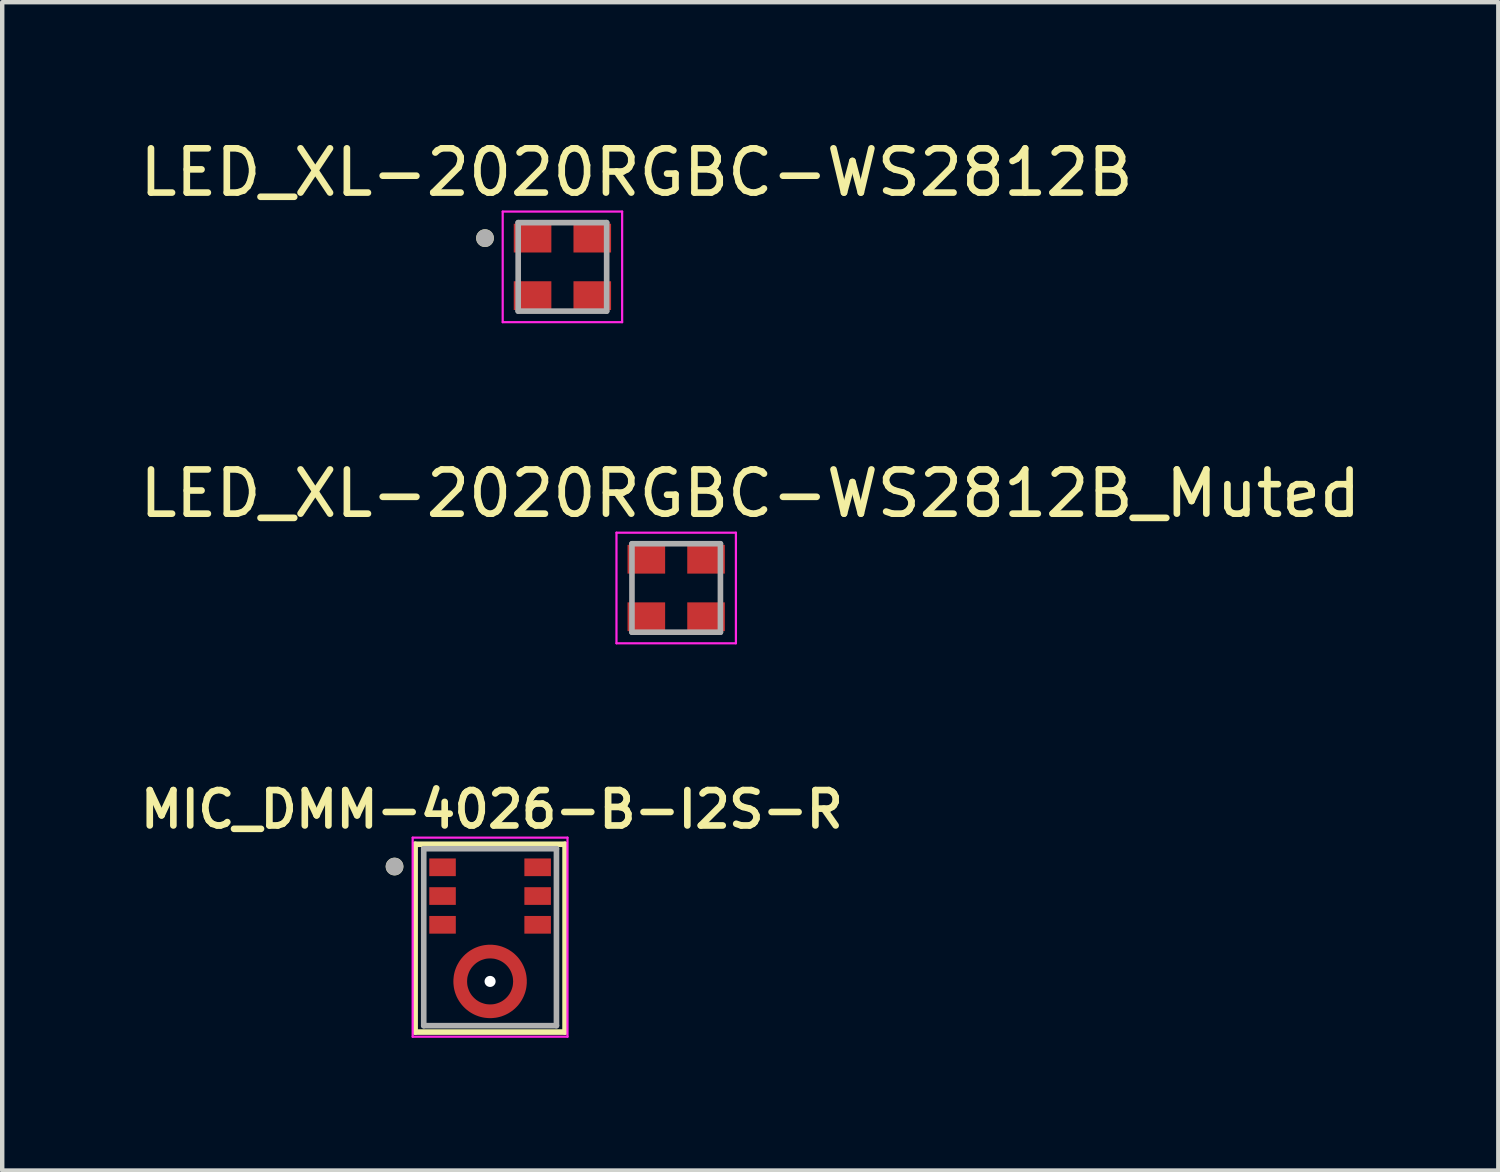
<source format=kicad_pcb>
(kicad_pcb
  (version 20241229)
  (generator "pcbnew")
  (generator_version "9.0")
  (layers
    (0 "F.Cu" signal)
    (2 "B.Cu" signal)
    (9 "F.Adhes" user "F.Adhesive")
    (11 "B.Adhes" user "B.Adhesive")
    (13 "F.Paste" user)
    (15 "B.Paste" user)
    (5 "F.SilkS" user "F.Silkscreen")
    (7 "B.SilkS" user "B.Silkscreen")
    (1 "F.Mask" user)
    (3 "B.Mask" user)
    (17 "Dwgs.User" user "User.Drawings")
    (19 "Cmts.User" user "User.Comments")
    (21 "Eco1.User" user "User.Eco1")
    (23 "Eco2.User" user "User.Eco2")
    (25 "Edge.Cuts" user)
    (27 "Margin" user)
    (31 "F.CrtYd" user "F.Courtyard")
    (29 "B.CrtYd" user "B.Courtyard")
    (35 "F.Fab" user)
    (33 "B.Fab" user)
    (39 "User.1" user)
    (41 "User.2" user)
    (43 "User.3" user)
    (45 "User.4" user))
  (footprint "MIC_DMM-4026-B-I2S-R"
    (layer "F.Cu")
    (at 8.029 18.136)
    (property "Reference" "MIC_DMM-4026-B-I2S-R" (at 0.04 -2.888 0) (layer "F.SilkS") (effects (font (size 0.8 0.8) (thickness 0.15))))
    (attr smd)
    (fp_poly (pts (xy -0.425 1) (xy -0.424 0.978) (xy -0.423 0.956) (xy -0.42 0.934) (xy -0.416 0.912) (xy -0.411 0.89) (xy -0.404 0.869) (xy -0.397 0.848) (xy -0.388 0.827) (xy -0.379 0.807) (xy -0.368 0.787) (xy -0.356 0.769) (xy -0.344 0.75) (xy -0.33 0.733) (xy -0.316 0.716) (xy -0.301 0.699) (xy -0.284 0.684) (xy -0.267 0.67) (xy -0.25 0.656) (xy -0.231 0.644) (xy -0.212 0.632) (xy -0.193 0.621) (xy -0.173 0.612) (xy -0.152 0.603) (xy -0.131 0.596) (xy -0.11 0.589) (xy -0.088 0.584) (xy -0.066 0.58) (xy -0.044 0.577) (xy -0.022 0.576) (xy 0 0.575) (xy 0.025 0.576) (xy 0.047 0.577) (xy 0.069 0.58) (xy 0.09 0.584) (xy 0.112 0.589) (xy 0.133 0.596) (xy 0.154 0.603) (xy 0.174 0.612) (xy 0.194 0.621) (xy 0.214 0.632) (xy 0.233 0.643) (xy 0.251 0.656) (xy 0.268 0.669) (xy 0.285 0.684) (xy 0.301 0.699) (xy 0.316 0.715) (xy 0.331 0.732) (xy 0.344 0.749) (xy 0.357 0.767) (xy 0.368 0.786) (xy 0.379 0.806) (xy 0.388 0.826) (xy 0.397 0.846) (xy 0.404 0.867) (xy 0.411 0.888) (xy 0.416 0.91) (xy 0.42 0.931) (xy 0.423 0.953) (xy 0.424 0.975) (xy 0.425 0.995) (xy 0.925 0.995) (xy 0.924 0.949) (xy 0.92 0.901) (xy 0.914 0.853) (xy 0.905 0.806) (xy 0.894 0.759) (xy 0.88 0.712) (xy 0.864 0.667) (xy 0.845 0.622) (xy 0.824 0.579) (xy 0.801 0.536) (xy 0.776 0.495) (xy 0.749 0.455) (xy 0.719 0.417) (xy 0.688 0.38) (xy 0.655 0.345) (xy 0.62 0.312) (xy 0.583 0.281) (xy 0.545 0.251) (xy 0.505 0.224) (xy 0.464 0.199) (xy 0.421 0.176) (xy 0.378 0.155) (xy 0.333 0.136) (xy 0.288 0.12) (xy 0.241 0.106) (xy 0.194 0.095) (xy 0.147 0.086) (xy 0.099 0.08) (xy 0.051 0.076) (xy 0 0.075) (xy -0.048 0.076) (xy -0.097 0.08) (xy -0.145 0.086) (xy -0.192 0.095) (xy -0.239 0.107) (xy -0.286 0.12) (xy -0.331 0.136) (xy -0.376 0.155) (xy -0.42 0.176) (xy -0.462 0.199) (xy -0.504 0.224) (xy -0.544 0.252) (xy -0.582 0.281) (xy -0.619 0.313) (xy -0.654 0.346) (xy -0.687 0.381) (xy -0.719 0.418) (xy -0.748 0.456) (xy -0.776 0.496) (xy -0.801 0.537) (xy -0.824 0.58) (xy -0.845 0.624) (xy -0.864 0.669) (xy -0.88 0.714) (xy -0.893 0.761) (xy -0.905 0.808) (xy -0.914 0.855) (xy -0.92 0.903) (xy -0.924 0.952) (xy -0.925 1) (xy -0.924 1.048) (xy -0.92 1.097) (xy -0.914 1.145) (xy -0.905 1.192) (xy -0.893 1.239) (xy -0.88 1.286) (xy -0.864 1.331) (xy -0.845 1.376) (xy -0.824 1.42) (xy -0.801 1.462) (xy -0.776 1.504) (xy -0.748 1.544) (xy -0.719 1.582) (xy -0.687 1.619) (xy -0.654 1.654) (xy -0.619 1.687) (xy -0.582 1.719) (xy -0.544 1.748) (xy -0.504 1.776) (xy -0.462 1.801) (xy -0.42 1.824) (xy -0.376 1.845) (xy -0.331 1.864) (xy -0.286 1.88) (xy -0.239 1.893) (xy -0.192 1.905) (xy -0.145 1.914) (xy -0.097 1.92) (xy -0.048 1.924) (xy 0 1.925) (xy 0.051 1.924) (xy 0.099 1.92) (xy 0.147 1.914) (xy 0.194 1.905) (xy 0.241 1.894) (xy 0.288 1.88) (xy 0.333 1.864) (xy 0.378 1.845) (xy 0.421 1.824) (xy 0.464 1.801) (xy 0.505 1.776) (xy 0.545 1.749) (xy 0.583 1.719) (xy 0.62 1.688) (xy 0.655 1.655) (xy 0.688 1.62) (xy 0.719 1.583) (xy 0.749 1.545) (xy 0.776 1.505) (xy 0.801 1.464) (xy 0.824 1.421) (xy 0.845 1.378) (xy 0.864 1.333) (xy 0.88 1.288) (xy 0.894 1.241) (xy 0.905 1.194) (xy 0.914 1.147) (xy 0.92 1.099) (xy 0.924 1.051) (xy 0.925 1.005) (xy 0.425 1.005) (xy 0.424 1.025) (xy 0.423 1.047) (xy 0.42 1.069) (xy 0.416 1.09) (xy 0.411 1.112) (xy 0.404 1.133) (xy 0.397 1.154) (xy 0.388 1.174) (xy 0.379 1.194) (xy 0.368 1.214) (xy 0.357 1.233) (xy 0.344 1.251) (xy 0.331 1.268) (xy 0.316 1.285) (xy 0.301 1.301) (xy 0.285 1.316) (xy 0.268 1.331) (xy 0.251 1.344) (xy 0.233 1.357) (xy 0.214 1.368) (xy 0.194 1.379) (xy 0.174 1.388) (xy 0.154 1.397) (xy 0.133 1.404) (xy 0.112 1.411) (xy 0.09 1.416) (xy 0.069 1.42) (xy 0.047 1.423) (xy 0.025 1.424) (xy 0 1.425) (xy -0.022 1.424) (xy -0.044 1.423) (xy -0.066 1.42) (xy -0.088 1.416) (xy -0.11 1.411) (xy -0.131 1.404) (xy -0.152 1.397) (xy -0.173 1.388) (xy -0.193 1.379) (xy -0.212 1.368) (xy -0.231 1.356) (xy -0.25 1.344) (xy -0.267 1.33) (xy -0.284 1.316) (xy -0.301 1.301) (xy -0.316 1.284) (xy -0.33 1.267) (xy -0.344 1.25) (xy -0.356 1.231) (xy -0.368 1.212) (xy -0.379 1.193) (xy -0.388 1.173) (xy -0.397 1.152) (xy -0.404 1.131) (xy -0.411 1.11) (xy -0.416 1.088) (xy -0.42 1.066) (xy -0.423 1.044) (xy -0.424 1.022) (xy -0.425 1)) (stroke (width 0.01) (type solid)) (fill yes) (layer "F.Mask"))
    (fp_line (start -1.695 -2.1) (end 1.695 -2.1) (stroke (width 0.127) (type solid)) (layer "F.SilkS"))
    (fp_line (start -1.695 2.145) (end -1.695 -2.1) (stroke (width 0.127) (type solid)) (layer "F.SilkS"))
    (fp_line (start 1.695 -2.1) (end 1.695 2.145) (stroke (width 0.127) (type solid)) (layer "F.SilkS"))
    (fp_line (start 1.695 2.145) (end -1.695 2.145) (stroke (width 0.127) (type solid)) (layer "F.SilkS"))
    (fp_circle (center -2.16 -1.597) (end -2.06 -1.597) (stroke (width 0.2) (type solid)) (fill no) (layer "F.SilkS"))
    (fp_poly (pts (xy -0.525 1) (xy -0.524 0.973) (xy -0.522 0.945) (xy -0.519 0.918) (xy -0.514 0.891) (xy -0.507 0.864) (xy -0.499 0.838) (xy -0.49 0.812) (xy -0.48 0.786) (xy -0.468 0.762) (xy -0.455 0.738) (xy -0.44 0.714) (xy -0.425 0.691) (xy -0.408 0.67) (xy -0.39 0.649) (xy -0.371 0.629) (xy -0.351 0.61) (xy -0.33 0.592) (xy -0.309 0.575) (xy -0.286 0.56) (xy -0.262 0.545) (xy -0.238 0.532) (xy -0.214 0.52) (xy -0.188 0.51) (xy -0.162 0.501) (xy -0.136 0.493) (xy -0.109 0.486) (xy -0.082 0.481) (xy -0.055 0.478) (xy -0.027 0.476) (xy 0 0.475) (xy 0.03 0.476) (xy 0.057 0.478) (xy 0.084 0.481) (xy 0.111 0.486) (xy 0.138 0.493) (xy 0.164 0.501) (xy 0.19 0.51) (xy 0.215 0.52) (xy 0.24 0.532) (xy 0.264 0.545) (xy 0.287 0.559) (xy 0.31 0.575) (xy 0.331 0.591) (xy 0.352 0.609) (xy 0.372 0.628) (xy 0.391 0.648) (xy 0.409 0.669) (xy 0.425 0.69) (xy 0.441 0.713) (xy 0.455 0.736) (xy 0.468 0.76) (xy 0.48 0.785) (xy 0.49 0.81) (xy 0.499 0.836) (xy 0.507 0.862) (xy 0.514 0.889) (xy 0.519 0.916) (xy 0.522 0.943) (xy 0.524 0.97) (xy 0.525 0.995) (xy 0.825 0.995) (xy 0.824 0.954) (xy 0.82 0.912) (xy 0.815 0.869) (xy 0.807 0.826) (xy 0.797 0.785) (xy 0.785 0.743) (xy 0.77 0.703) (xy 0.754 0.663) (xy 0.735 0.624) (xy 0.715 0.586) (xy 0.692 0.55) (xy 0.668 0.514) (xy 0.642 0.48) (xy 0.614 0.447) (xy 0.584 0.416) (xy 0.553 0.386) (xy 0.52 0.358) (xy 0.486 0.332) (xy 0.45 0.308) (xy 0.414 0.285) (xy 0.376 0.265) (xy 0.337 0.246) (xy 0.297 0.23) (xy 0.257 0.215) (xy 0.215 0.203) (xy 0.174 0.193) (xy 0.131 0.185) (xy 0.088 0.18) (xy 0.046 0.176) (xy 0 0.175) (xy -0.043 0.176) (xy -0.086 0.18) (xy -0.129 0.185) (xy -0.172 0.193) (xy -0.214 0.203) (xy -0.255 0.215) (xy -0.296 0.23) (xy -0.336 0.246) (xy -0.375 0.265) (xy -0.412 0.286) (xy -0.449 0.308) (xy -0.485 0.333) (xy -0.519 0.359) (xy -0.552 0.387) (xy -0.583 0.417) (xy -0.613 0.448) (xy -0.641 0.481) (xy -0.667 0.515) (xy -0.692 0.551) (xy -0.714 0.588) (xy -0.735 0.625) (xy -0.754 0.664) (xy -0.77 0.704) (xy -0.785 0.745) (xy -0.797 0.786) (xy -0.807 0.828) (xy -0.815 0.871) (xy -0.82 0.914) (xy -0.824 0.957) (xy -0.825 1) (xy -0.824 1.043) (xy -0.82 1.086) (xy -0.815 1.129) (xy -0.807 1.172) (xy -0.797 1.214) (xy -0.785 1.255) (xy -0.77 1.296) (xy -0.754 1.336) (xy -0.735 1.375) (xy -0.714 1.413) (xy -0.692 1.449) (xy -0.667 1.485) (xy -0.641 1.519) (xy -0.613 1.552) (xy -0.583 1.583) (xy -0.552 1.613) (xy -0.519 1.641) (xy -0.485 1.667) (xy -0.449 1.692) (xy -0.413 1.714) (xy -0.375 1.735) (xy -0.336 1.754) (xy -0.296 1.77) (xy -0.255 1.785) (xy -0.214 1.797) (xy -0.172 1.807) (xy -0.129 1.815) (xy -0.086 1.82) (xy -0.043 1.824) (xy 0 1.825) (xy 0.046 1.824) (xy 0.088 1.82) (xy 0.131 1.815) (xy 0.174 1.807) (xy 0.215 1.797) (xy 0.257 1.785) (xy 0.297 1.77) (xy 0.337 1.754) (xy 0.376 1.735) (xy 0.414 1.715) (xy 0.45 1.692) (xy 0.486 1.668) (xy 0.52 1.642) (xy 0.553 1.614) (xy 0.584 1.584) (xy 0.614 1.553) (xy 0.642 1.52) (xy 0.668 1.486) (xy 0.692 1.45) (xy 0.715 1.414) (xy 0.735 1.376) (xy 0.754 1.337) (xy 0.77 1.297) (xy 0.785 1.257) (xy 0.797 1.215) (xy 0.807 1.174) (xy 0.815 1.131) (xy 0.82 1.088) (xy 0.824 1.046) (xy 0.825 1.005) (xy 0.525 1.005) (xy 0.524 1.03) (xy 0.522 1.057) (xy 0.519 1.084) (xy 0.514 1.111) (xy 0.507 1.138) (xy 0.499 1.164) (xy 0.49 1.19) (xy 0.48 1.215) (xy 0.468 1.24) (xy 0.455 1.264) (xy 0.441 1.287) (xy 0.425 1.31) (xy 0.409 1.331) (xy 0.391 1.352) (xy 0.372 1.372) (xy 0.352 1.391) (xy 0.331 1.409) (xy 0.31 1.425) (xy 0.287 1.441) (xy 0.264 1.455) (xy 0.24 1.468) (xy 0.215 1.48) (xy 0.19 1.49) (xy 0.164 1.499) (xy 0.138 1.507) (xy 0.111 1.514) (xy 0.084 1.519) (xy 0.057 1.522) (xy 0.03 1.524) (xy 0 1.525) (xy -0.027 1.524) (xy -0.055 1.522) (xy -0.082 1.519) (xy -0.109 1.514) (xy -0.136 1.507) (xy -0.162 1.499) (xy -0.188 1.49) (xy -0.214 1.48) (xy -0.238 1.468) (xy -0.263 1.455) (xy -0.286 1.44) (xy -0.309 1.425) (xy -0.33 1.408) (xy -0.351 1.39) (xy -0.371 1.371) (xy -0.39 1.351) (xy -0.408 1.33) (xy -0.425 1.309) (xy -0.44 1.286) (xy -0.455 1.263) (xy -0.468 1.238) (xy -0.48 1.214) (xy -0.49 1.188) (xy -0.499 1.162) (xy -0.507 1.136) (xy -0.514 1.109) (xy -0.519 1.082) (xy -0.522 1.055) (xy -0.524 1.027) (xy -0.525 1)) (stroke (width 0.01) (type solid)) (fill yes) (layer "F.Paste"))
    (fp_line (start -1.75 -2.25) (end 1.75 -2.25) (stroke (width 0.05) (type solid)) (layer "F.CrtYd"))
    (fp_line (start -1.75 2.25) (end -1.75 -2.25) (stroke (width 0.05) (type solid)) (layer "F.CrtYd"))
    (fp_line (start 1.75 -2.25) (end 1.75 2.25) (stroke (width 0.05) (type solid)) (layer "F.CrtYd"))
    (fp_line (start 1.75 2.25) (end -1.75 2.25) (stroke (width 0.05) (type solid)) (layer "F.CrtYd"))
    (fp_line (start -1.5 -2) (end 1.5 -2) (stroke (width 0.127) (type solid)) (layer "F.Fab"))
    (fp_line (start -1.5 2) (end -1.5 -2) (stroke (width 0.127) (type solid)) (layer "F.Fab"))
    (fp_line (start 1.5 -2) (end 1.5 2) (stroke (width 0.127) (type solid)) (layer "F.Fab"))
    (fp_line (start 1.5 2) (end -1.5 2) (stroke (width 0.127) (type solid)) (layer "F.Fab"))
    (fp_circle (center -2.16 -1.597) (end -2.06 -1.597) (stroke (width 0.2) (type solid)) (fill no) (layer "F.Fab"))
    (pad "" np_thru_hole circle (at 0 1) (size 0.25 0.25) (drill 0.25) (layers "*.Cu" "*.Mask"))
    (pad "1" smd rect (at -1.075 -1.58) (size 0.6 0.4) (layers "F.Cu" "F.Mask" "F.Paste"))
    (pad "2" smd rect (at -1.075 -0.93) (size 0.6 0.4) (layers "F.Cu" "F.Mask" "F.Paste"))
    (pad "3" smd rect (at -1.075 -0.28) (size 0.6 0.4) (layers "F.Cu" "F.Mask" "F.Paste"))
    (pad "4" smd custom (at 0.01 1.66) (size 0.1 0.1) (layers "F.Cu") (options (anchor rect)) (primitives (gr_poly (pts (xy -0.535 -0.66) (xy -0.534 -0.687) (xy -0.532 -0.715) (xy -0.529 -0.742) (xy -0.524 -0.769) (xy -0.517 -0.796) (xy -0.509 -0.822) (xy -0.5 -0.848) (xy -0.49 -0.874) (xy -0.478 -0.898) (xy -0.465 -0.922) (xy -0.45 -0.946) (xy -0.435 -0.969) (xy -0.418 -0.99) (xy -0.4 -1.011) (xy -0.381 -1.031) (xy -0.361 -1.05) (xy -0.34 -1.068) (xy -0.319 -1.085) (xy -0.296 -1.1) (xy -0.272 -1.115) (xy -0.248 -1.128) (xy -0.224 -1.14) (xy -0.198 -1.15) (xy -0.172 -1.159) (xy -0.146 -1.167) (xy -0.119 -1.174) (xy -0.092 -1.179) (xy -0.065 -1.182) (xy -0.037 -1.184) (xy -0.01 -1.185) (xy 0.02 -1.184) (xy 0.047 -1.182) (xy 0.074 -1.179) (xy 0.101 -1.174) (xy 0.128 -1.167) (xy 0.154 -1.159) (xy 0.18 -1.15) (xy 0.205 -1.14) (xy 0.23 -1.128) (xy 0.254 -1.115) (xy 0.277 -1.101) (xy 0.3 -1.085) (xy 0.321 -1.069) (xy 0.342 -1.051) (xy 0.362 -1.032) (xy 0.381 -1.012) (xy 0.399 -0.991) (xy 0.415 -0.97) (xy 0.431 -0.947) (xy 0.445 -0.924) (xy 0.458 -0.9) (xy 0.47 -0.875) (xy 0.48 -0.85) (xy 0.489 -0.824) (xy 0.497 -0.798) (xy 0.504 -0.771) (xy 0.509 -0.744) (xy 0.512 -0.717) (xy 0.514 -0.69) (xy 0.515 -0.665) (xy 0.815 -0.665) (xy 0.814 -0.706) (xy 0.81 -0.748) (xy 0.805 -0.791) (xy 0.797 -0.834) (xy 0.787 -0.875) (xy 0.775 -0.917) (xy 0.76 -0.957) (xy 0.744 -0.997) (xy 0.725 -1.036) (xy 0.705 -1.074) (xy 0.682 -1.11) (xy 0.658 -1.146) (xy 0.632 -1.18) (xy 0.604 -1.213) (xy 0.574 -1.244) (xy 0.543 -1.274) (xy 0.51 -1.302) (xy 0.476 -1.328) (xy 0.44 -1.352) (xy 0.404 -1.375) (xy 0.366 -1.395) (xy 0.327 -1.414) (xy 0.287 -1.43) (xy 0.247 -1.445) (xy 0.205 -1.457) (xy 0.164 -1.467) (xy 0.121 -1.475) (xy 0.078 -1.48) (xy 0.036 -1.484) (xy -0.01 -1.485) (xy -0.053 -1.484) (xy -0.096 -1.48) (xy -0.139 -1.475) (xy -0.182 -1.467) (xy -0.224 -1.457) (xy -0.265 -1.445) (xy -0.306 -1.43) (xy -0.346 -1.414) (xy -0.385 -1.395) (xy -0.422 -1.374) (xy -0.459 -1.352) (xy -0.495 -1.327) (xy -0.529 -1.301) (xy -0.562 -1.273) (xy -0.593 -1.243) (xy -0.623 -1.212) (xy -0.651 -1.179) (xy -0.677 -1.145) (xy -0.702 -1.109) (xy -0.724 -1.072) (xy -0.745 -1.035) (xy -0.764 -0.996) (xy -0.78 -0.956) (xy -0.795 -0.915) (xy -0.807 -0.874) (xy -0.817 -0.832) (xy -0.825 -0.789) (xy -0.83 -0.746) (xy -0.834 -0.703) (xy -0.835 -0.66) (xy -0.834 -0.617) (xy -0.83 -0.574) (xy -0.825 -0.531) (xy -0.817 -0.488) (xy -0.807 -0.446) (xy -0.795 -0.405) (xy -0.78 -0.364) (xy -0.764 -0.324) (xy -0.745 -0.285) (xy -0.724 -0.247) (xy -0.702 -0.211) (xy -0.677 -0.175) (xy -0.651 -0.141) (xy -0.623 -0.108) (xy -0.593 -0.077) (xy -0.562 -0.047) (xy -0.529 -0.019) (xy -0.495 0.007) (xy -0.459 0.032) (xy -0.423 0.054) (xy -0.385 0.075) (xy -0.346 0.094) (xy -0.306 0.11) (xy -0.265 0.125) (xy -0.224 0.137) (xy -0.182 0.147) (xy -0.139 0.155) (xy -0.096 0.16) (xy -0.053 0.164) (xy -0.01 0.165) (xy 0.036 0.164) (xy 0.078 0.16) (xy 0.121 0.155) (xy 0.164 0.147) (xy 0.205 0.137) (xy 0.247 0.125) (xy 0.287 0.11) (xy 0.327 0.094) (xy 0.366 0.075) (xy 0.404 0.055) (xy 0.44 0.032) (xy 0.476 0.008) (xy 0.51 -0.018) (xy 0.543 -0.046) (xy 0.574 -0.076) (xy 0.604 -0.107) (xy 0.632 -0.14) (xy 0.658 -0.174) (xy 0.682 -0.21) (xy 0.705 -0.246) (xy 0.725 -0.284) (xy 0.744 -0.323) (xy 0.76 -0.363) (xy 0.775 -0.403) (xy 0.787 -0.445) (xy 0.797 -0.486) (xy 0.805 -0.529) (xy 0.81 -0.572) (xy 0.814 -0.614) (xy 0.815 -0.655) (xy 0.515 -0.655) (xy 0.514 -0.63) (xy 0.512 -0.603) (xy 0.509 -0.576) (xy 0.504 -0.549) (xy 0.497 -0.522) (xy 0.489 -0.496) (xy 0.48 -0.47) (xy 0.47 -0.445) (xy 0.458 -0.42) (xy 0.445 -0.396) (xy 0.431 -0.373) (xy 0.415 -0.35) (xy 0.399 -0.329) (xy 0.381 -0.308) (xy 0.362 -0.288) (xy 0.342 -0.269) (xy 0.321 -0.251) (xy 0.3 -0.235) (xy 0.277 -0.219) (xy 0.254 -0.205) (xy 0.23 -0.192) (xy 0.205 -0.18) (xy 0.18 -0.17) (xy 0.154 -0.161) (xy 0.128 -0.153) (xy 0.101 -0.146) (xy 0.074 -0.141) (xy 0.047 -0.138) (xy 0.02 -0.136) (xy -0.01 -0.135) (xy -0.037 -0.136) (xy -0.065 -0.138) (xy -0.092 -0.141) (xy -0.119 -0.146) (xy -0.146 -0.153) (xy -0.172 -0.161) (xy -0.198 -0.17) (xy -0.224 -0.18) (xy -0.248 -0.192) (xy -0.273 -0.205) (xy -0.296 -0.22) (xy -0.319 -0.235) (xy -0.34 -0.252) (xy -0.361 -0.27) (xy -0.381 -0.289) (xy -0.4 -0.309) (xy -0.418 -0.33) (xy -0.435 -0.351) (xy -0.45 -0.374) (xy -0.465 -0.397) (xy -0.478 -0.422) (xy -0.49 -0.446) (xy -0.5 -0.472) (xy -0.509 -0.498) (xy -0.517 -0.524) (xy -0.524 -0.551) (xy -0.529 -0.578) (xy -0.532 -0.605) (xy -0.534 -0.633) (xy -0.535 -0.66)) (width 0.01) (fill yes))))
    (pad "5" smd rect (at 1.075 -0.28) (size 0.6 0.4) (layers "F.Cu" "F.Mask" "F.Paste"))
    (pad "6" smd rect (at 1.075 -0.93) (size 0.6 0.4) (layers "F.Cu" "F.Mask" "F.Paste"))
    (pad "7" smd rect (at 1.075 -1.58) (size 0.6 0.4) (layers "F.Cu" "F.Mask" "F.Paste")))
  (footprint "LED_XL-2020RGBC-WS2812B"
    (layer "F.Cu")
    (at 9.664 2.983)
    (property "Reference" "LED_XL-2020RGBC-WS2812B" (at 1.675 -2.135 0) (layer "F.SilkS") (effects (font (size 1 1) (thickness 0.15))))
    (attr smd)
    (fp_circle (center -1.75 -0.65) (end -1.65 -0.65) (stroke (width 0.2) (type solid)) (fill no) (layer "F.SilkS"))
    (fp_line (start -1.35 -1.25) (end -1.35 1.25) (stroke (width 0.05) (type solid)) (layer "F.CrtYd"))
    (fp_line (start -1.35 1.25) (end 1.35 1.25) (stroke (width 0.05) (type solid)) (layer "F.CrtYd"))
    (fp_line (start 1.35 -1.25) (end -1.35 -1.25) (stroke (width 0.05) (type solid)) (layer "F.CrtYd"))
    (fp_line (start 1.35 1.25) (end 1.35 -1.25) (stroke (width 0.05) (type solid)) (layer "F.CrtYd"))
    (fp_line (start -1 -1) (end -1 1) (stroke (width 0.127) (type solid)) (layer "F.Fab"))
    (fp_line (start -1 1) (end 1 1) (stroke (width 0.127) (type solid)) (layer "F.Fab"))
    (fp_line (start 1 -1) (end -1 -1) (stroke (width 0.127) (type solid)) (layer "F.Fab"))
    (fp_line (start 1 1) (end 1 -1) (stroke (width 0.127) (type solid)) (layer "F.Fab"))
    (fp_circle (center -1.75 -0.65) (end -1.65 -0.65) (stroke (width 0.2) (type solid)) (fill no) (layer "F.Fab"))
    (pad "1" smd rect (at -0.675 -0.65) (size 0.85 0.65) (layers "F.Cu" "F.Mask" "F.Paste"))
    (pad "2" smd rect (at -0.675 0.65) (size 0.85 0.65) (layers "F.Cu" "F.Mask" "F.Paste"))
    (pad "3" smd rect (at 0.675 0.65) (size 0.85 0.65) (layers "F.Cu" "F.Mask" "F.Paste"))
    (pad "4" smd rect (at 0.675 -0.65) (size 0.85 0.65) (layers "F.Cu" "F.Mask" "F.Paste")))
  (footprint "LED_XL-2020RGBC-WS2812B_Muted"
    (layer "F.Cu")
    (at 12.236 10.242)
    (property "Reference" "LED_XL-2020RGBC-WS2812B_Muted" (at 1.675 -2.135 0) (layer "F.SilkS") (effects (font (size 1 1) (thickness 0.15))))
    (attr smd)
    (fp_line (start -1.35 -1.25) (end -1.35 1.25) (stroke (width 0.05) (type solid)) (layer "F.CrtYd"))
    (fp_line (start -1.35 1.25) (end 1.35 1.25) (stroke (width 0.05) (type solid)) (layer "F.CrtYd"))
    (fp_line (start 1.35 -1.25) (end -1.35 -1.25) (stroke (width 0.05) (type solid)) (layer "F.CrtYd"))
    (fp_line (start 1.35 1.25) (end 1.35 -1.25) (stroke (width 0.05) (type solid)) (layer "F.CrtYd"))
    (fp_line (start -1 -1) (end -1 1) (stroke (width 0.127) (type solid)) (layer "F.Fab"))
    (fp_line (start -1 1) (end 1 1) (stroke (width 0.127) (type solid)) (layer "F.Fab"))
    (fp_line (start 1 -1) (end -1 -1) (stroke (width 0.127) (type solid)) (layer "F.Fab"))
    (fp_line (start 1 1) (end 1 -1) (stroke (width 0.127) (type solid)) (layer "F.Fab"))
    (pad "1" smd rect (at -0.675 -0.65) (size 0.85 0.65) (layers "F.Cu" "F.Mask" "F.Paste"))
    (pad "2" smd rect (at -0.675 0.65) (size 0.85 0.65) (layers "F.Cu" "F.Mask" "F.Paste"))
    (pad "3" smd rect (at 0.675 0.65) (size 0.85 0.65) (layers "F.Cu" "F.Mask" "F.Paste"))
    (pad "4" smd rect (at 0.675 -0.65) (size 0.85 0.65) (layers "F.Cu" "F.Mask" "F.Paste")))
  (gr_rect
    (start -3 -3)
    (end 30.821 23.411)
    (stroke (width 0.1) (type default))
    (fill no)
    (layer "Edge.Cuts")))
</source>
